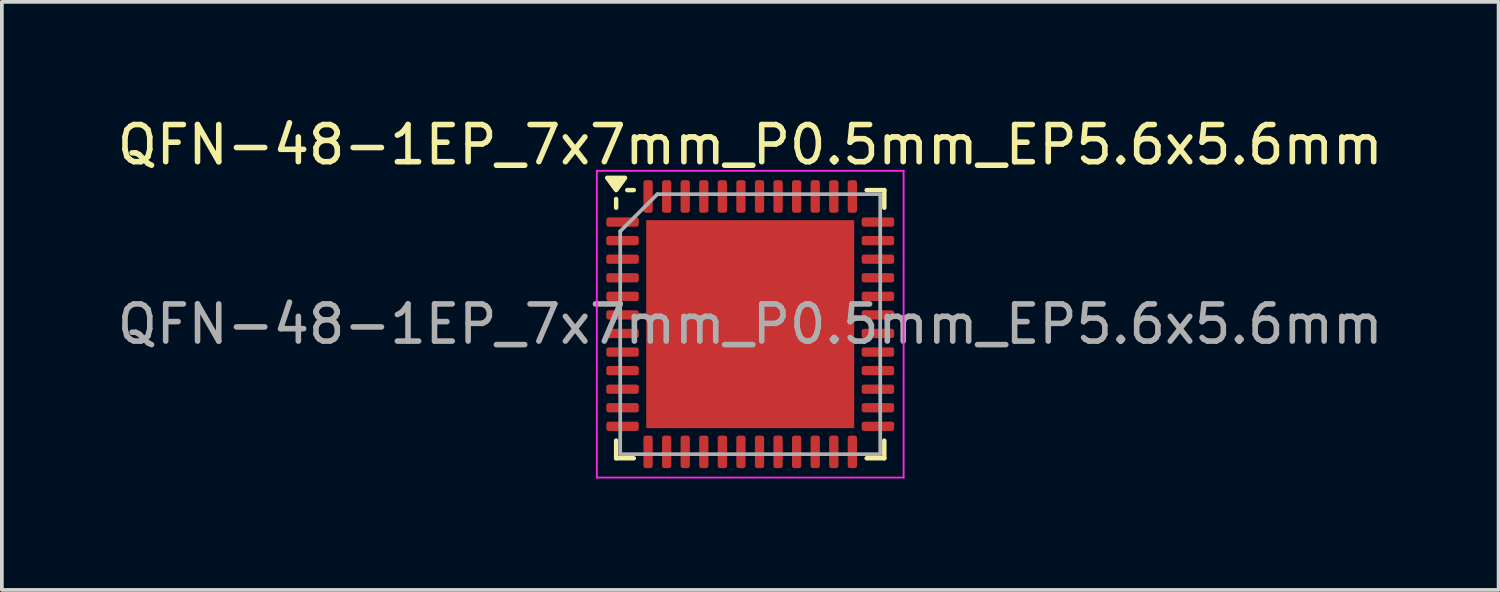
<source format=kicad_pcb>
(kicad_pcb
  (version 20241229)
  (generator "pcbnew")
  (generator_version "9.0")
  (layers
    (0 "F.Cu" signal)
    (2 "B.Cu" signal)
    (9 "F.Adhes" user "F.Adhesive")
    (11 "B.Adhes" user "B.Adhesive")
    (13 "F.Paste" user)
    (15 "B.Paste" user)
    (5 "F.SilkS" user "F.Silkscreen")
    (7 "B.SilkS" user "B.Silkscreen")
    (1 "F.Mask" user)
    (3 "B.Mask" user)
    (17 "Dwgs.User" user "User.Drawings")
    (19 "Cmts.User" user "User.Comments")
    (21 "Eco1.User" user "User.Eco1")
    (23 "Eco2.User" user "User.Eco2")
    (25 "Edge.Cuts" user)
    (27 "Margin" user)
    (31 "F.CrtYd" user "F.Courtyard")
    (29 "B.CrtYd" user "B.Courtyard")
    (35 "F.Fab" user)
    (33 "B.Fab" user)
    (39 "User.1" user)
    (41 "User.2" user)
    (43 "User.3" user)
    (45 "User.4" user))
  (footprint "QFN-48-1EP_7x7mm_P0.5mm_EP5.6x5.6mm"
    (layer "F.Cu")
    (at 17.149 5.678)
    (property "Reference" "QFN-48-1EP_7x7mm_P0.5mm_EP5.6x5.6mm" (at 0 -4.83 0) (layer "F.SilkS") (effects (font (size 1 1) (thickness 0.15))))
    (attr smd)
    (fp_line (start -3.61 -3.135) (end -3.61 -3.37) (stroke (width 0.12) (type solid)) (layer "F.SilkS"))
    (fp_line (start -3.61 3.61) (end -3.61 3.135) (stroke (width 0.12) (type solid)) (layer "F.SilkS"))
    (fp_line (start -3.135 -3.61) (end -3.31 -3.61) (stroke (width 0.12) (type solid)) (layer "F.SilkS"))
    (fp_line (start -3.135 3.61) (end -3.61 3.61) (stroke (width 0.12) (type solid)) (layer "F.SilkS"))
    (fp_line (start 3.135 -3.61) (end 3.61 -3.61) (stroke (width 0.12) (type solid)) (layer "F.SilkS"))
    (fp_line (start 3.135 3.61) (end 3.61 3.61) (stroke (width 0.12) (type solid)) (layer "F.SilkS"))
    (fp_line (start 3.61 -3.61) (end 3.61 -3.135) (stroke (width 0.12) (type solid)) (layer "F.SilkS"))
    (fp_line (start 3.61 3.61) (end 3.61 3.135) (stroke (width 0.12) (type solid)) (layer "F.SilkS"))
    (fp_poly (pts (xy -3.61 -3.61) (xy -3.85 -3.94) (xy -3.37 -3.94) (xy -3.61 -3.61)) (stroke (width 0.12) (type solid)) (fill yes) (layer "F.SilkS"))
    (fp_line (start -4.13 -4.13) (end -4.13 4.13) (stroke (width 0.05) (type solid)) (layer "F.CrtYd"))
    (fp_line (start -4.13 4.13) (end 4.13 4.13) (stroke (width 0.05) (type solid)) (layer "F.CrtYd"))
    (fp_line (start 4.13 -4.13) (end -4.13 -4.13) (stroke (width 0.05) (type solid)) (layer "F.CrtYd"))
    (fp_line (start 4.13 4.13) (end 4.13 -4.13) (stroke (width 0.05) (type solid)) (layer "F.CrtYd"))
    (fp_line (start -3.5 -2.5) (end -2.5 -3.5) (stroke (width 0.1) (type solid)) (layer "F.Fab"))
    (fp_line (start -3.5 3.5) (end -3.5 -2.5) (stroke (width 0.1) (type solid)) (layer "F.Fab"))
    (fp_line (start -2.5 -3.5) (end 3.5 -3.5) (stroke (width 0.1) (type solid)) (layer "F.Fab"))
    (fp_line (start 3.5 -3.5) (end 3.5 3.5) (stroke (width 0.1) (type solid)) (layer "F.Fab"))
    (fp_line (start 3.5 3.5) (end -3.5 3.5) (stroke (width 0.1) (type solid)) (layer "F.Fab"))
    (fp_text user "${REFERENCE}" (at 0 0 0) (layer "F.Fab") (effects (font (size 1 1) (thickness 0.15))))
    (pad "" smd roundrect (at -2.1 -2.1) (size 1.13 1.13) (layers "F.Paste") (roundrect_rratio 0.221))
    (pad "" smd roundrect (at -2.1 -0.7) (size 1.13 1.13) (layers "F.Paste") (roundrect_rratio 0.221))
    (pad "" smd roundrect (at -2.1 0.7) (size 1.13 1.13) (layers "F.Paste") (roundrect_rratio 0.221))
    (pad "" smd roundrect (at -2.1 2.1) (size 1.13 1.13) (layers "F.Paste") (roundrect_rratio 0.221))
    (pad "" smd roundrect (at -0.7 -2.1) (size 1.13 1.13) (layers "F.Paste") (roundrect_rratio 0.221))
    (pad "" smd roundrect (at -0.7 -0.7) (size 1.13 1.13) (layers "F.Paste") (roundrect_rratio 0.221))
    (pad "" smd roundrect (at -0.7 0.7) (size 1.13 1.13) (layers "F.Paste") (roundrect_rratio 0.221))
    (pad "" smd roundrect (at -0.7 2.1) (size 1.13 1.13) (layers "F.Paste") (roundrect_rratio 0.221))
    (pad "" smd roundrect (at 0.7 -2.1) (size 1.13 1.13) (layers "F.Paste") (roundrect_rratio 0.221))
    (pad "" smd roundrect (at 0.7 -0.7) (size 1.13 1.13) (layers "F.Paste") (roundrect_rratio 0.221))
    (pad "" smd roundrect (at 0.7 0.7) (size 1.13 1.13) (layers "F.Paste") (roundrect_rratio 0.221))
    (pad "" smd roundrect (at 0.7 2.1) (size 1.13 1.13) (layers "F.Paste") (roundrect_rratio 0.221))
    (pad "" smd roundrect (at 2.1 -2.1) (size 1.13 1.13) (layers "F.Paste") (roundrect_rratio 0.221))
    (pad "" smd roundrect (at 2.1 -0.7) (size 1.13 1.13) (layers "F.Paste") (roundrect_rratio 0.221))
    (pad "" smd roundrect (at 2.1 0.7) (size 1.13 1.13) (layers "F.Paste") (roundrect_rratio 0.221))
    (pad "" smd roundrect (at 2.1 2.1) (size 1.13 1.13) (layers "F.Paste") (roundrect_rratio 0.221))
    (pad "1" smd roundrect (at -3.438 -2.75) (size 0.875 0.25) (layers "F.Cu" "F.Mask" "F.Paste") (roundrect_rratio 0.25))
    (pad "2" smd roundrect (at -3.438 -2.25) (size 0.875 0.25) (layers "F.Cu" "F.Mask" "F.Paste") (roundrect_rratio 0.25))
    (pad "3" smd roundrect (at -3.438 -1.75) (size 0.875 0.25) (layers "F.Cu" "F.Mask" "F.Paste") (roundrect_rratio 0.25))
    (pad "4" smd roundrect (at -3.438 -1.25) (size 0.875 0.25) (layers "F.Cu" "F.Mask" "F.Paste") (roundrect_rratio 0.25))
    (pad "5" smd roundrect (at -3.438 -0.75) (size 0.875 0.25) (layers "F.Cu" "F.Mask" "F.Paste") (roundrect_rratio 0.25))
    (pad "6" smd roundrect (at -3.438 -0.25) (size 0.875 0.25) (layers "F.Cu" "F.Mask" "F.Paste") (roundrect_rratio 0.25))
    (pad "7" smd roundrect (at -3.438 0.25) (size 0.875 0.25) (layers "F.Cu" "F.Mask" "F.Paste") (roundrect_rratio 0.25))
    (pad "8" smd roundrect (at -3.438 0.75) (size 0.875 0.25) (layers "F.Cu" "F.Mask" "F.Paste") (roundrect_rratio 0.25))
    (pad "9" smd roundrect (at -3.438 1.25) (size 0.875 0.25) (layers "F.Cu" "F.Mask" "F.Paste") (roundrect_rratio 0.25))
    (pad "10" smd roundrect (at -3.438 1.75) (size 0.875 0.25) (layers "F.Cu" "F.Mask" "F.Paste") (roundrect_rratio 0.25))
    (pad "11" smd roundrect (at -3.438 2.25) (size 0.875 0.25) (layers "F.Cu" "F.Mask" "F.Paste") (roundrect_rratio 0.25))
    (pad "12" smd roundrect (at -3.438 2.75) (size 0.875 0.25) (layers "F.Cu" "F.Mask" "F.Paste") (roundrect_rratio 0.25))
    (pad "13" smd roundrect (at -2.75 3.438) (size 0.25 0.875) (layers "F.Cu" "F.Mask" "F.Paste") (roundrect_rratio 0.25))
    (pad "14" smd roundrect (at -2.25 3.438) (size 0.25 0.875) (layers "F.Cu" "F.Mask" "F.Paste") (roundrect_rratio 0.25))
    (pad "15" smd roundrect (at -1.75 3.438) (size 0.25 0.875) (layers "F.Cu" "F.Mask" "F.Paste") (roundrect_rratio 0.25))
    (pad "16" smd roundrect (at -1.25 3.438) (size 0.25 0.875) (layers "F.Cu" "F.Mask" "F.Paste") (roundrect_rratio 0.25))
    (pad "17" smd roundrect (at -0.75 3.438) (size 0.25 0.875) (layers "F.Cu" "F.Mask" "F.Paste") (roundrect_rratio 0.25))
    (pad "18" smd roundrect (at -0.25 3.438) (size 0.25 0.875) (layers "F.Cu" "F.Mask" "F.Paste") (roundrect_rratio 0.25))
    (pad "19" smd roundrect (at 0.25 3.438) (size 0.25 0.875) (layers "F.Cu" "F.Mask" "F.Paste") (roundrect_rratio 0.25))
    (pad "20" smd roundrect (at 0.75 3.438) (size 0.25 0.875) (layers "F.Cu" "F.Mask" "F.Paste") (roundrect_rratio 0.25))
    (pad "21" smd roundrect (at 1.25 3.438) (size 0.25 0.875) (layers "F.Cu" "F.Mask" "F.Paste") (roundrect_rratio 0.25))
    (pad "22" smd roundrect (at 1.75 3.438) (size 0.25 0.875) (layers "F.Cu" "F.Mask" "F.Paste") (roundrect_rratio 0.25))
    (pad "23" smd roundrect (at 2.25 3.438) (size 0.25 0.875) (layers "F.Cu" "F.Mask" "F.Paste") (roundrect_rratio 0.25))
    (pad "24" smd roundrect (at 2.75 3.438) (size 0.25 0.875) (layers "F.Cu" "F.Mask" "F.Paste") (roundrect_rratio 0.25))
    (pad "25" smd roundrect (at 3.438 2.75) (size 0.875 0.25) (layers "F.Cu" "F.Mask" "F.Paste") (roundrect_rratio 0.25))
    (pad "26" smd roundrect (at 3.438 2.25) (size 0.875 0.25) (layers "F.Cu" "F.Mask" "F.Paste") (roundrect_rratio 0.25))
    (pad "27" smd roundrect (at 3.438 1.75) (size 0.875 0.25) (layers "F.Cu" "F.Mask" "F.Paste") (roundrect_rratio 0.25))
    (pad "28" smd roundrect (at 3.438 1.25) (size 0.875 0.25) (layers "F.Cu" "F.Mask" "F.Paste") (roundrect_rratio 0.25))
    (pad "29" smd roundrect (at 3.438 0.75) (size 0.875 0.25) (layers "F.Cu" "F.Mask" "F.Paste") (roundrect_rratio 0.25))
    (pad "30" smd roundrect (at 3.438 0.25) (size 0.875 0.25) (layers "F.Cu" "F.Mask" "F.Paste") (roundrect_rratio 0.25))
    (pad "31" smd roundrect (at 3.438 -0.25) (size 0.875 0.25) (layers "F.Cu" "F.Mask" "F.Paste") (roundrect_rratio 0.25))
    (pad "32" smd roundrect (at 3.438 -0.75) (size 0.875 0.25) (layers "F.Cu" "F.Mask" "F.Paste") (roundrect_rratio 0.25))
    (pad "33" smd roundrect (at 3.438 -1.25) (size 0.875 0.25) (layers "F.Cu" "F.Mask" "F.Paste") (roundrect_rratio 0.25))
    (pad "34" smd roundrect (at 3.438 -1.75) (size 0.875 0.25) (layers "F.Cu" "F.Mask" "F.Paste") (roundrect_rratio 0.25))
    (pad "35" smd roundrect (at 3.438 -2.25) (size 0.875 0.25) (layers "F.Cu" "F.Mask" "F.Paste") (roundrect_rratio 0.25))
    (pad "36" smd roundrect (at 3.438 -2.75) (size 0.875 0.25) (layers "F.Cu" "F.Mask" "F.Paste") (roundrect_rratio 0.25))
    (pad "37" smd roundrect (at 2.75 -3.438) (size 0.25 0.875) (layers "F.Cu" "F.Mask" "F.Paste") (roundrect_rratio 0.25))
    (pad "38" smd roundrect (at 2.25 -3.438) (size 0.25 0.875) (layers "F.Cu" "F.Mask" "F.Paste") (roundrect_rratio 0.25))
    (pad "39" smd roundrect (at 1.75 -3.438) (size 0.25 0.875) (layers "F.Cu" "F.Mask" "F.Paste") (roundrect_rratio 0.25))
    (pad "40" smd roundrect (at 1.25 -3.438) (size 0.25 0.875) (layers "F.Cu" "F.Mask" "F.Paste") (roundrect_rratio 0.25))
    (pad "41" smd roundrect (at 0.75 -3.438) (size 0.25 0.875) (layers "F.Cu" "F.Mask" "F.Paste") (roundrect_rratio 0.25))
    (pad "42" smd roundrect (at 0.25 -3.438) (size 0.25 0.875) (layers "F.Cu" "F.Mask" "F.Paste") (roundrect_rratio 0.25))
    (pad "43" smd roundrect (at -0.25 -3.438) (size 0.25 0.875) (layers "F.Cu" "F.Mask" "F.Paste") (roundrect_rratio 0.25))
    (pad "44" smd roundrect (at -0.75 -3.438) (size 0.25 0.875) (layers "F.Cu" "F.Mask" "F.Paste") (roundrect_rratio 0.25))
    (pad "45" smd roundrect (at -1.25 -3.438) (size 0.25 0.875) (layers "F.Cu" "F.Mask" "F.Paste") (roundrect_rratio 0.25))
    (pad "46" smd roundrect (at -1.75 -3.438) (size 0.25 0.875) (layers "F.Cu" "F.Mask" "F.Paste") (roundrect_rratio 0.25))
    (pad "47" smd roundrect (at -2.25 -3.438) (size 0.25 0.875) (layers "F.Cu" "F.Mask" "F.Paste") (roundrect_rratio 0.25))
    (pad "48" smd roundrect (at -2.75 -3.438) (size 0.25 0.875) (layers "F.Cu" "F.Mask" "F.Paste") (roundrect_rratio 0.25))
    (pad "49" smd rect (at 0 0) (size 5.6 5.6) (property pad_prop_heatsink) (layers "F.Cu" "F.Mask")))
  (gr_rect
    (start -3 -3)
    (end 37.298 12.833)
    (stroke (width 0.1) (type default))
    (fill no)
    (layer "Edge.Cuts")))
</source>
